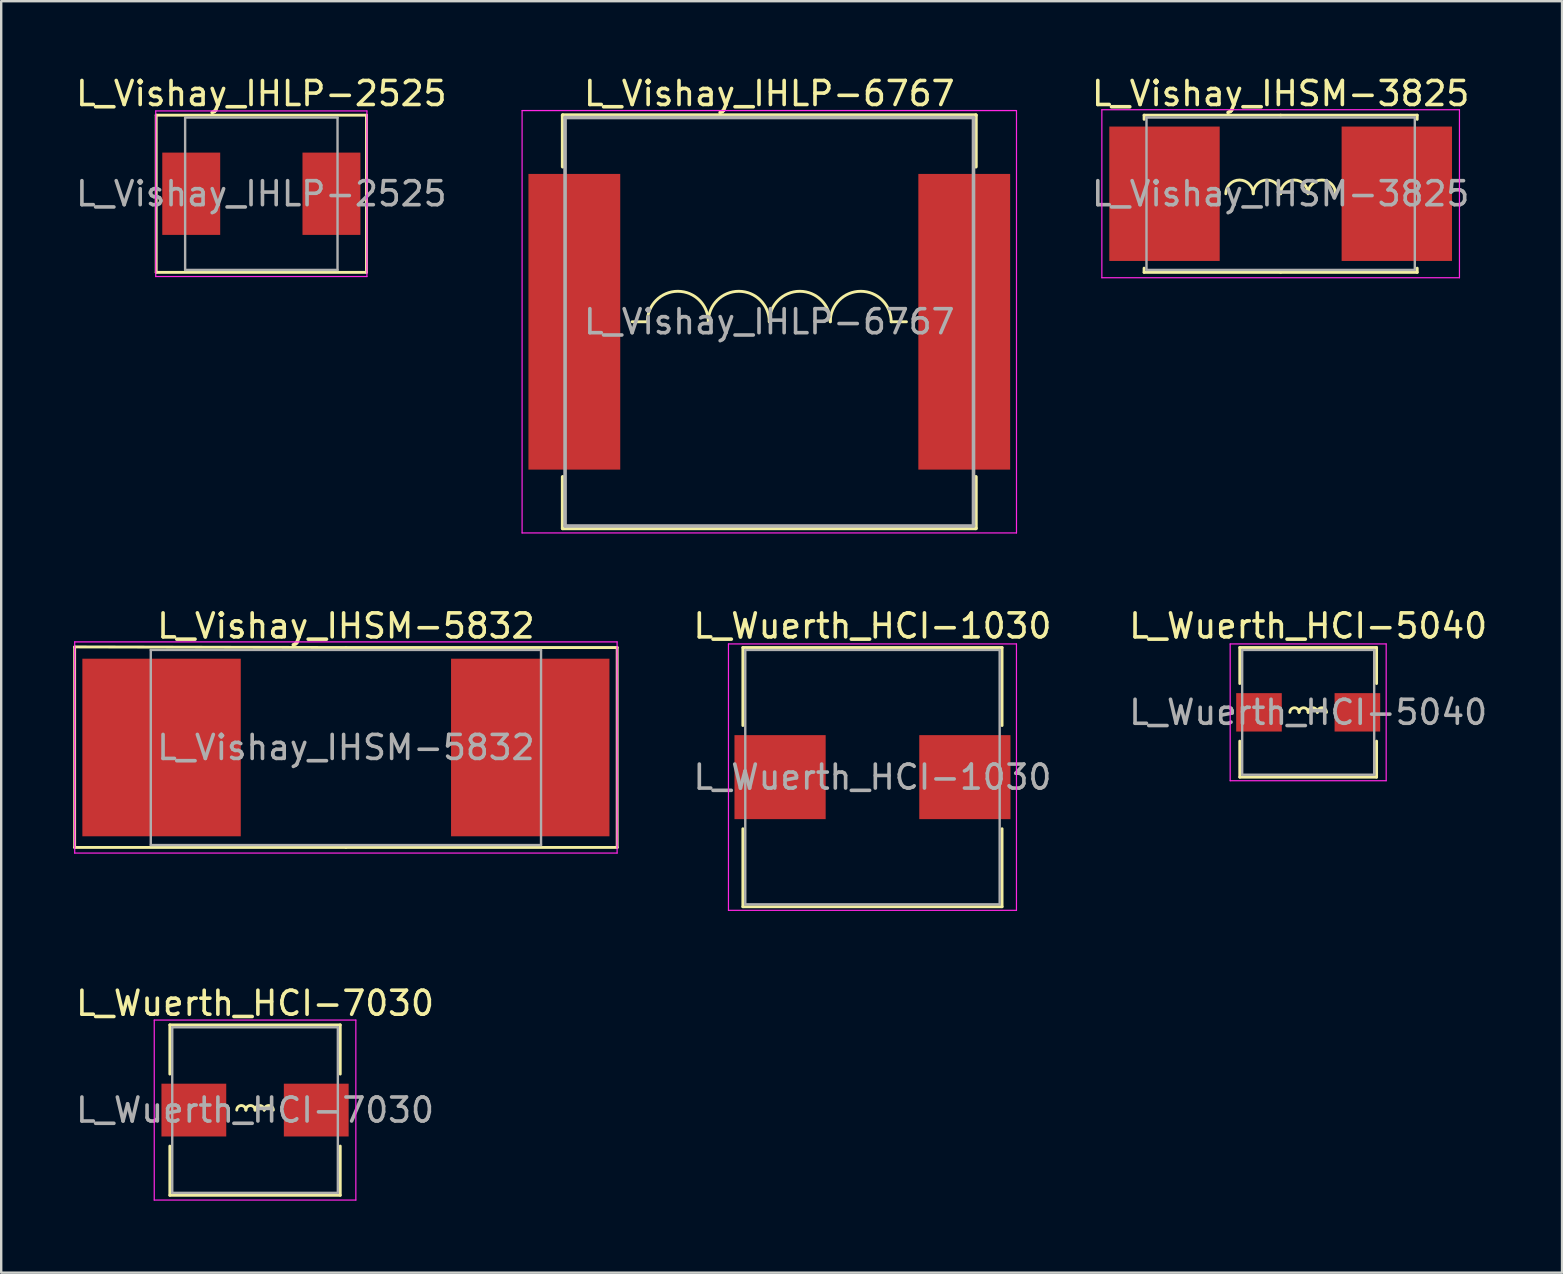
<source format=kicad_pcb>
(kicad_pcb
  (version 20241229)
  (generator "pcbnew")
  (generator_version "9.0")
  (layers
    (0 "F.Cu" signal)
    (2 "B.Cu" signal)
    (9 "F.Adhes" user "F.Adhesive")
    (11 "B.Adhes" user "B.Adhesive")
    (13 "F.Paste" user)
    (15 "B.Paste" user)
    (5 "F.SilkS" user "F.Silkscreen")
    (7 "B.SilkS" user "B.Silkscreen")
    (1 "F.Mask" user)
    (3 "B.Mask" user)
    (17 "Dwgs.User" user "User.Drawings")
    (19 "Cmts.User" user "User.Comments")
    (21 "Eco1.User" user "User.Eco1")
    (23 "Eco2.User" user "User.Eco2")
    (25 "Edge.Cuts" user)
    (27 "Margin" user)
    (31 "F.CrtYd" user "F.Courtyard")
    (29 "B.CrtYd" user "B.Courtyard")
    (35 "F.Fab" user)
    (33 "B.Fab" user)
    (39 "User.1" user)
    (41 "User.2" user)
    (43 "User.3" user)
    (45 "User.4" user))
  (footprint "L_Wuerth_HCI-1030"
    (layer "F.Cu")
    (at 33.303 29.331)
    (property "Reference" "L_Wuerth_HCI-1030" (at 0 -6.3 0) (layer "F.SilkS") (effects (font (size 1 1) (thickness 0.15))))
    (attr smd)
    (fp_line (start -5.4 -5.4) (end 5.4 -5.4) (stroke (width 0.12) (type solid)) (layer "F.SilkS"))
    (fp_line (start -5.4 -2.15) (end -5.4 -5.4) (stroke (width 0.12) (type solid)) (layer "F.SilkS"))
    (fp_line (start -5.4 2.15) (end -5.4 5.4) (stroke (width 0.12) (type solid)) (layer "F.SilkS"))
    (fp_line (start -5.4 5.4) (end 5.4 5.4) (stroke (width 0.12) (type solid)) (layer "F.SilkS"))
    (fp_line (start 5.4 -5.4) (end 5.4 -2.15) (stroke (width 0.12) (type solid)) (layer "F.SilkS"))
    (fp_line (start 5.4 5.4) (end 5.4 2.15) (stroke (width 0.12) (type solid)) (layer "F.SilkS"))
    (fp_line (start -6 -5.55) (end -6 5.55) (stroke (width 0.05) (type solid)) (layer "F.CrtYd"))
    (fp_line (start -6 5.55) (end 6 5.55) (stroke (width 0.05) (type solid)) (layer "F.CrtYd"))
    (fp_line (start 6 -5.55) (end -6 -5.55) (stroke (width 0.05) (type solid)) (layer "F.CrtYd"))
    (fp_line (start 6 5.55) (end 6 -5.55) (stroke (width 0.05) (type solid)) (layer "F.CrtYd"))
    (fp_line (start -5.3 -5.3) (end -5.3 5.3) (stroke (width 0.1) (type solid)) (layer "F.Fab"))
    (fp_line (start -5.3 5.3) (end 5.3 5.3) (stroke (width 0.1) (type solid)) (layer "F.Fab"))
    (fp_line (start 5.3 -5.3) (end -5.3 -5.3) (stroke (width 0.1) (type solid)) (layer "F.Fab"))
    (fp_line (start 5.3 5.3) (end 5.3 -5.3) (stroke (width 0.1) (type solid)) (layer "F.Fab"))
    (fp_text user "${REFERENCE}" (at 0 0 0) (layer "F.Fab") (effects (font (size 1 1) (thickness 0.15))))
    (pad "1" smd rect (at -3.85 0) (size 3.8 3.5) (layers "F.Cu" "F.Mask" "F.Paste"))
    (pad "2" smd rect (at 3.85 0) (size 3.8 3.5) (layers "F.Cu" "F.Mask" "F.Paste")))
  (footprint "L_Wuerth_HCI-7030"
    (layer "F.Cu")
    (at 7.577 43.204)
    (property "Reference" "L_Wuerth_HCI-7030" (at 0 -4.45 0) (layer "F.SilkS") (effects (font (size 1 1) (thickness 0.15))))
    (attr smd)
    (fp_line (start -3.55 -3.55) (end 3.55 -3.55) (stroke (width 0.12) (type solid)) (layer "F.SilkS"))
    (fp_line (start -3.55 -1.5) (end -3.55 -3.55) (stroke (width 0.12) (type solid)) (layer "F.SilkS"))
    (fp_line (start -3.55 1.5) (end -3.55 3.55) (stroke (width 0.12) (type solid)) (layer "F.SilkS"))
    (fp_line (start -3.55 3.55) (end 3.55 3.55) (stroke (width 0.12) (type solid)) (layer "F.SilkS"))
    (fp_line (start 3.55 -3.55) (end 3.55 -1.5) (stroke (width 0.12) (type solid)) (layer "F.SilkS"))
    (fp_line (start 3.55 3.55) (end 3.55 1.5) (stroke (width 0.12) (type solid)) (layer "F.SilkS"))
    (fp_arc (start -0.762 0) (mid -0.5715 -0.1905) (end -0.381 0) (stroke (width 0.12) (type solid)) (layer "F.SilkS"))
    (fp_arc (start -0.381 0) (mid -0.1905 -0.1905) (end 0 0) (stroke (width 0.12) (type solid)) (layer "F.SilkS"))
    (fp_arc (start 0 0) (mid 0.1905 -0.1905) (end 0.381 0) (stroke (width 0.12) (type solid)) (layer "F.SilkS"))
    (fp_arc (start 0.381 0) (mid 0.5715 -0.1905) (end 0.762 0) (stroke (width 0.12) (type solid)) (layer "F.SilkS"))
    (fp_line (start -4.2 -3.75) (end -4.2 3.75) (stroke (width 0.05) (type solid)) (layer "F.CrtYd"))
    (fp_line (start -4.2 3.75) (end 4.2 3.75) (stroke (width 0.05) (type solid)) (layer "F.CrtYd"))
    (fp_line (start 4.2 -3.75) (end -4.2 -3.75) (stroke (width 0.05) (type solid)) (layer "F.CrtYd"))
    (fp_line (start 4.2 3.75) (end 4.2 -3.75) (stroke (width 0.05) (type solid)) (layer "F.CrtYd"))
    (fp_line (start -3.45 -3.45) (end -3.45 3.45) (stroke (width 0.1) (type solid)) (layer "F.Fab"))
    (fp_line (start -3.45 3.45) (end 3.45 3.45) (stroke (width 0.1) (type solid)) (layer "F.Fab"))
    (fp_line (start 3.45 -3.45) (end -3.45 -3.45) (stroke (width 0.1) (type solid)) (layer "F.Fab"))
    (fp_line (start 3.45 3.45) (end 3.45 -3.45) (stroke (width 0.1) (type solid)) (layer "F.Fab"))
    (fp_text user "${REFERENCE}" (at 0 0 0) (layer "F.Fab") (effects (font (size 1 1) (thickness 0.15))))
    (pad "1" smd rect (at -2.55 0) (size 2.7 2.2) (layers "F.Cu" "F.Mask" "F.Paste"))
    (pad "2" smd rect (at 2.55 0) (size 2.7 2.2) (layers "F.Cu" "F.Mask" "F.Paste")))
  (footprint "L_Vishay_IHLP-2525"
    (layer "F.Cu")
    (at 7.839 5.023)
    (property "Reference" "L_Vishay_IHLP-2525" (at 0 -4.175 0) (layer "F.SilkS") (effects (font (size 1 1) (thickness 0.15))))
    (attr smd)
    (fp_line (start -4.381 -3.275) (end -4.381 3.275) (stroke (width 0.12) (type solid)) (layer "F.SilkS"))
    (fp_line (start -4.381 -3.275) (end 4.381 -3.275) (stroke (width 0.12) (type solid)) (layer "F.SilkS"))
    (fp_line (start -4.381 3.275) (end 4.381 3.275) (stroke (width 0.12) (type solid)) (layer "F.SilkS"))
    (fp_line (start 4.381 3.275) (end 4.381 -3.275) (stroke (width 0.12) (type solid)) (layer "F.SilkS"))
    (fp_line (start -4.4 -3.45) (end -4.4 3.45) (stroke (width 0.05) (type solid)) (layer "F.CrtYd"))
    (fp_line (start -4.4 3.45) (end 4.4 3.45) (stroke (width 0.05) (type solid)) (layer "F.CrtYd"))
    (fp_line (start 4.4 -3.45) (end -4.4 -3.45) (stroke (width 0.05) (type solid)) (layer "F.CrtYd"))
    (fp_line (start 4.4 3.45) (end 4.4 -3.45) (stroke (width 0.05) (type solid)) (layer "F.CrtYd"))
    (fp_line (start -3.175 -3.175) (end -3.175 3.175) (stroke (width 0.1) (type solid)) (layer "F.Fab"))
    (fp_line (start -3.175 3.175) (end 3.175 3.175) (stroke (width 0.1) (type solid)) (layer "F.Fab"))
    (fp_line (start 3.175 -3.175) (end -3.175 -3.175) (stroke (width 0.1) (type solid)) (layer "F.Fab"))
    (fp_line (start 3.175 3.175) (end 3.175 -3.175) (stroke (width 0.1) (type solid)) (layer "F.Fab"))
    (fp_text user "${REFERENCE}" (at 0 0 0) (layer "F.Fab") (effects (font (size 1 1) (thickness 0.15))))
    (pad "1" smd rect (at -2.921 0) (size 2.413 3.429) (layers "F.Cu" "F.Mask" "F.Paste"))
    (pad "2" smd rect (at 2.921 0) (size 2.413 3.429) (layers "F.Cu" "F.Mask" "F.Paste")))
  (footprint "L_Wuerth_HCI-5040"
    (layer "F.Cu")
    (at 51.458 26.631)
    (property "Reference" "L_Wuerth_HCI-5040" (at 0 -3.6 0) (layer "F.SilkS") (effects (font (size 1 1) (thickness 0.15))))
    (attr smd)
    (fp_line (start -2.85 -2.7) (end 2.85 -2.7) (stroke (width 0.12) (type solid)) (layer "F.SilkS"))
    (fp_line (start -2.85 -1.2) (end -2.85 -2.7) (stroke (width 0.12) (type solid)) (layer "F.SilkS"))
    (fp_line (start -2.85 1.2) (end -2.85 2.7) (stroke (width 0.12) (type solid)) (layer "F.SilkS"))
    (fp_line (start -2.85 2.7) (end 2.85 2.7) (stroke (width 0.12) (type solid)) (layer "F.SilkS"))
    (fp_line (start 2.85 -2.7) (end 2.85 -1.2) (stroke (width 0.12) (type solid)) (layer "F.SilkS"))
    (fp_line (start 2.85 2.7) (end 2.85 1.2) (stroke (width 0.12) (type solid)) (layer "F.SilkS"))
    (fp_arc (start -0.762 0) (mid -0.5715 -0.1905) (end -0.381 0) (stroke (width 0.12) (type solid)) (layer "F.SilkS"))
    (fp_arc (start -0.381 0) (mid -0.1905 -0.1905) (end 0 0) (stroke (width 0.12) (type solid)) (layer "F.SilkS"))
    (fp_arc (start 0 0) (mid 0.1905 -0.1905) (end 0.381 0) (stroke (width 0.12) (type solid)) (layer "F.SilkS"))
    (fp_arc (start 0.381 0) (mid 0.5715 -0.1905) (end 0.762 0) (stroke (width 0.12) (type solid)) (layer "F.SilkS"))
    (fp_line (start -3.25 -2.85) (end -3.25 2.85) (stroke (width 0.05) (type solid)) (layer "F.CrtYd"))
    (fp_line (start -3.25 2.85) (end 3.25 2.85) (stroke (width 0.05) (type solid)) (layer "F.CrtYd"))
    (fp_line (start 3.25 -2.85) (end -3.25 -2.85) (stroke (width 0.05) (type solid)) (layer "F.CrtYd"))
    (fp_line (start 3.25 2.85) (end 3.25 -2.85) (stroke (width 0.05) (type solid)) (layer "F.CrtYd"))
    (fp_line (start -2.75 -2.6) (end -2.75 2.6) (stroke (width 0.1) (type solid)) (layer "F.Fab"))
    (fp_line (start -2.75 2.6) (end 2.75 2.6) (stroke (width 0.1) (type solid)) (layer "F.Fab"))
    (fp_line (start 2.75 -2.6) (end -2.75 -2.6) (stroke (width 0.1) (type solid)) (layer "F.Fab"))
    (fp_line (start 2.75 2.6) (end 2.75 -2.6) (stroke (width 0.1) (type solid)) (layer "F.Fab"))
    (fp_text user "${REFERENCE}" (at 0 0 0) (layer "F.Fab") (effects (font (size 1 1) (thickness 0.15))))
    (pad "1" smd rect (at -2.05 0) (size 1.9 1.6) (layers "F.Cu" "F.Mask" "F.Paste"))
    (pad "2" smd rect (at 2.05 0) (size 1.9 1.6) (layers "F.Cu" "F.Mask" "F.Paste")))
  (footprint "L_Vishay_IHSM-5832"
    (layer "F.Cu")
    (at 11.363 28.096)
    (property "Reference" "L_Vishay_IHSM-5832" (at 0 -5.065 0) (layer "F.SilkS") (effects (font (size 1 1) (thickness 0.15))))
    (attr smd)
    (fp_line (start -11.303 -4.191) (end -11.303 4.165) (stroke (width 0.12) (type solid)) (layer "F.SilkS"))
    (fp_line (start -11.303 -4.191) (end 0 -4.165) (stroke (width 0.12) (type solid)) (layer "F.SilkS"))
    (fp_line (start -11.303 4.165) (end 0 4.165) (stroke (width 0.12) (type solid)) (layer "F.SilkS"))
    (fp_line (start 11.303 -4.165) (end 0 -4.165) (stroke (width 0.12) (type solid)) (layer "F.SilkS"))
    (fp_line (start 11.303 4.165) (end 0 4.165) (stroke (width 0.12) (type solid)) (layer "F.SilkS"))
    (fp_line (start 11.303 4.165) (end 11.303 -4.165) (stroke (width 0.12) (type solid)) (layer "F.SilkS"))
    (fp_line (start -11.3 -4.4) (end -11.3 4.4) (stroke (width 0.05) (type solid)) (layer "F.CrtYd"))
    (fp_line (start -11.3 4.4) (end 11.3 4.4) (stroke (width 0.05) (type solid)) (layer "F.CrtYd"))
    (fp_line (start 11.3 -4.4) (end -11.3 -4.4) (stroke (width 0.05) (type solid)) (layer "F.CrtYd"))
    (fp_line (start 11.3 4.4) (end 11.3 -4.4) (stroke (width 0.05) (type solid)) (layer "F.CrtYd"))
    (fp_line (start -8.13 -4.065) (end -8.13 4.065) (stroke (width 0.1) (type solid)) (layer "F.Fab"))
    (fp_line (start -8.13 4.065) (end 8.13 4.065) (stroke (width 0.1) (type solid)) (layer "F.Fab"))
    (fp_line (start 8.13 -4.065) (end -8.13 -4.065) (stroke (width 0.1) (type solid)) (layer "F.Fab"))
    (fp_line (start 8.13 4.065) (end 8.13 -4.065) (stroke (width 0.1) (type solid)) (layer "F.Fab"))
    (fp_text user "${REFERENCE}" (at 0 0 0) (layer "F.Fab") (effects (font (size 1 1) (thickness 0.15))))
    (pad "1" smd rect (at -7.681 0) (size 6.6 7.4) (layers "F.Cu" "F.Mask" "F.Paste"))
    (pad "2" smd rect (at 7.681 0) (size 6.6 7.4) (layers "F.Cu" "F.Mask" "F.Paste")))
  (footprint "L_Vishay_IHLP-6767"
    (layer "F.Cu")
    (at 29.004 10.357)
    (property "Reference" "L_Vishay_IHLP-6767" (at 0 -9.509 0) (layer "F.SilkS") (effects (font (size 1 1) (thickness 0.15))))
    (attr smd)
    (fp_line (start -8.609 -8.609) (end 8.609 -8.609) (stroke (width 0.15) (type solid)) (layer "F.SilkS"))
    (fp_line (start -8.609 -6.46) (end -8.609 -8.609) (stroke (width 0.15) (type solid)) (layer "F.SilkS"))
    (fp_line (start -8.609 6.46) (end -8.609 8.609) (stroke (width 0.15) (type solid)) (layer "F.SilkS"))
    (fp_line (start -8.609 8.609) (end 8.609 8.609) (stroke (width 0.15) (type solid)) (layer "F.SilkS"))
    (fp_line (start -5.08 0) (end -5.715 0) (stroke (width 0.12) (type solid)) (layer "F.SilkS"))
    (fp_line (start 5.715 0) (end 5.08 0) (stroke (width 0.12) (type solid)) (layer "F.SilkS"))
    (fp_line (start 8.609 -8.609) (end 8.609 -6.46) (stroke (width 0.15) (type solid)) (layer "F.SilkS"))
    (fp_line (start 8.609 8.609) (end 8.609 6.46) (stroke (width 0.15) (type solid)) (layer "F.SilkS"))
    (fp_arc (start -5.08 0) (mid -3.81 -1.27) (end -2.54 0) (stroke (width 0.12) (type solid)) (layer "F.SilkS"))
    (fp_arc (start -2.54 0) (mid -1.27 -1.27) (end 0 0) (stroke (width 0.12) (type solid)) (layer "F.SilkS"))
    (fp_arc (start 0 0) (mid 1.27 -1.27) (end 2.54 0) (stroke (width 0.12) (type solid)) (layer "F.SilkS"))
    (fp_arc (start 2.54 0) (mid 3.81 -1.27) (end 5.08 0) (stroke (width 0.12) (type solid)) (layer "F.SilkS"))
    (fp_line (start -10.3 -8.8) (end -10.3 8.8) (stroke (width 0.05) (type solid)) (layer "F.CrtYd"))
    (fp_line (start -10.3 8.8) (end 10.3 8.8) (stroke (width 0.05) (type solid)) (layer "F.CrtYd"))
    (fp_line (start 10.3 -8.8) (end -10.3 -8.8) (stroke (width 0.05) (type solid)) (layer "F.CrtYd"))
    (fp_line (start 10.3 8.8) (end 10.3 -8.8) (stroke (width 0.05) (type solid)) (layer "F.CrtYd"))
    (fp_line (start -8.509 -8.509) (end -8.509 8.509) (stroke (width 0.15) (type solid)) (layer "F.Fab"))
    (fp_line (start -8.509 8.509) (end 8.509 8.509) (stroke (width 0.15) (type solid)) (layer "F.Fab"))
    (fp_line (start 8.509 -8.509) (end -8.509 -8.509) (stroke (width 0.15) (type solid)) (layer "F.Fab"))
    (fp_line (start 8.509 8.509) (end 8.509 -8.509) (stroke (width 0.15) (type solid)) (layer "F.Fab"))
    (fp_text user "${REFERENCE}" (at 0 0 0) (layer "F.Fab") (effects (font (size 1 1) (thickness 0.15))))
    (pad "1" smd rect (at -8.123 0) (size 3.825 12.32) (layers "F.Cu" "F.Mask" "F.Paste"))
    (pad "2" smd rect (at 8.123 0) (size 3.825 12.32) (layers "F.Cu" "F.Mask" "F.Paste")))
  (footprint "L_Vishay_IHSM-3825"
    (layer "F.Cu")
    (at 50.311 5.023)
    (property "Reference" "L_Vishay_IHSM-3825" (at 0 -4.175 0) (layer "F.SilkS") (effects (font (size 1 1) (thickness 0.15))))
    (attr smd)
    (fp_line (start -5.69 -3.275) (end 0 -3.275) (stroke (width 0.12) (type solid)) (layer "F.SilkS"))
    (fp_line (start -5.69 -3.1) (end -5.69 -3.275) (stroke (width 0.12) (type solid)) (layer "F.SilkS"))
    (fp_line (start -5.69 3.1) (end -5.69 3.275) (stroke (width 0.12) (type solid)) (layer "F.SilkS"))
    (fp_line (start -5.69 3.275) (end 0 3.275) (stroke (width 0.12) (type solid)) (layer "F.SilkS"))
    (fp_line (start 5.69 -3.275) (end 0 -3.275) (stroke (width 0.12) (type solid)) (layer "F.SilkS"))
    (fp_line (start 5.69 -3.1) (end 5.69 -3.275) (stroke (width 0.12) (type solid)) (layer "F.SilkS"))
    (fp_line (start 5.69 3.1) (end 5.69 3.275) (stroke (width 0.12) (type solid)) (layer "F.SilkS"))
    (fp_line (start 5.69 3.275) (end 0 3.275) (stroke (width 0.12) (type solid)) (layer "F.SilkS"))
    (fp_arc (start -2.286 0) (mid -1.7145 -0.5715) (end -1.143 0) (stroke (width 0.12) (type solid)) (layer "F.SilkS"))
    (fp_arc (start -1.143 0) (mid -0.5715 -0.5715) (end 0 0) (stroke (width 0.12) (type solid)) (layer "F.SilkS"))
    (fp_arc (start 0 0) (mid 0.5715 -0.5715) (end 1.143 0) (stroke (width 0.12) (type solid)) (layer "F.SilkS"))
    (fp_arc (start 1.143 0) (mid 1.7145 -0.5715) (end 2.286 0) (stroke (width 0.12) (type solid)) (layer "F.SilkS"))
    (fp_line (start -7.45 -3.5) (end -7.45 3.5) (stroke (width 0.05) (type solid)) (layer "F.CrtYd"))
    (fp_line (start -7.45 3.5) (end 7.45 3.5) (stroke (width 0.05) (type solid)) (layer "F.CrtYd"))
    (fp_line (start 7.45 -3.5) (end -7.45 -3.5) (stroke (width 0.05) (type solid)) (layer "F.CrtYd"))
    (fp_line (start 7.45 3.5) (end 7.45 -3.5) (stroke (width 0.05) (type solid)) (layer "F.CrtYd"))
    (fp_line (start -5.59 -3.175) (end -5.59 3.175) (stroke (width 0.1) (type solid)) (layer "F.Fab"))
    (fp_line (start -5.59 3.175) (end 5.59 3.175) (stroke (width 0.1) (type solid)) (layer "F.Fab"))
    (fp_line (start 5.59 -3.175) (end -5.59 -3.175) (stroke (width 0.1) (type solid)) (layer "F.Fab"))
    (fp_line (start 5.59 3.175) (end 5.59 -3.175) (stroke (width 0.1) (type solid)) (layer "F.Fab"))
    (fp_text user "${REFERENCE}" (at 0 0 0) (layer "F.Fab") (effects (font (size 1 1) (thickness 0.15))))
    (pad "1" smd rect (at -4.84 0) (size 4.6 5.6) (layers "F.Cu" "F.Mask" "F.Paste"))
    (pad "2" smd rect (at 4.84 0) (size 4.6 5.6) (layers "F.Cu" "F.Mask" "F.Paste")))
  (gr_rect
    (start -3 -3)
    (end 62.036 49.979)
    (stroke (width 0.1) (type default))
    (fill no)
    (layer "Edge.Cuts")))
</source>
